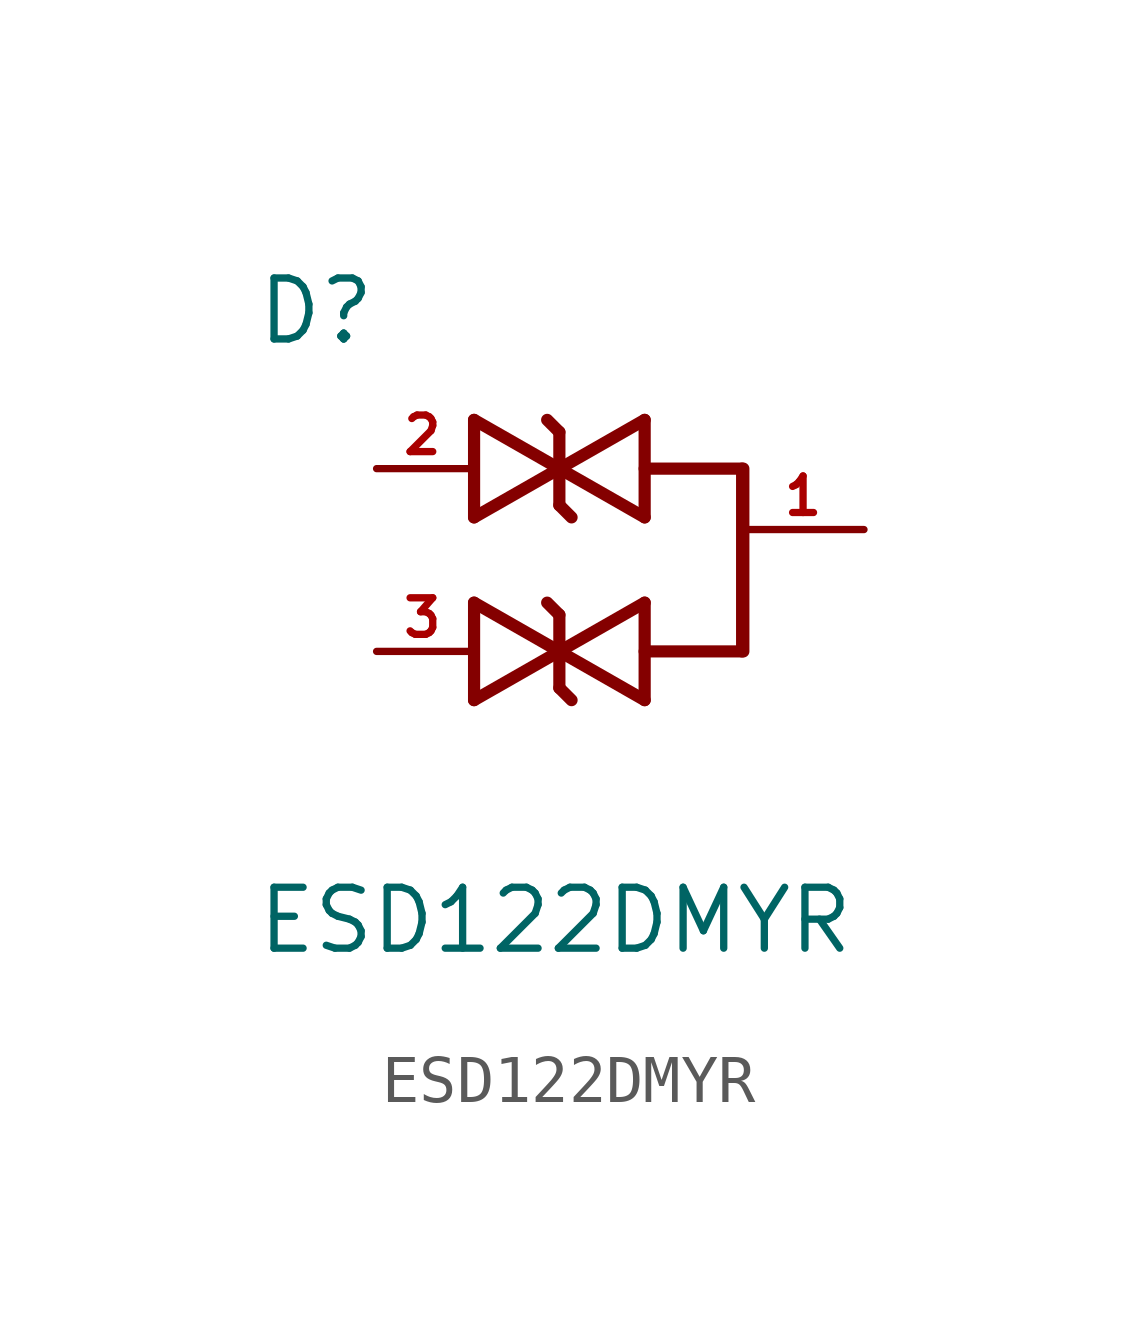
<source format=kicad_sym>
(kicad_symbol_lib
  (version 20241209)
  (generator "kicad_symbol_editor")
  (generator_version "9.0")
  (symbol "ESD122DMYR"
    (pin_names
      (offset 1.016))
    (property "Reference" "D"
      (at -7.62 5.08 0)
      (effects (font (size 1.27 1.27)) (justify left bottom)))
    (property "Value" "ESD122DMYR"
      (at -7.62 -7.62 0)
      (effects (font (size 1.27 1.27)) (justify left bottom)))
    (symbol "ESD122DMYR_0_0"
      (polyline (pts (xy -3.048 3.556) (xy -1.27 2.54)) (stroke (width 0.254) (type default)) (fill (type none)))
      (polyline (pts (xy -3.048 1.524) (xy -3.048 3.556)) (stroke (width 0.254) (type default)) (fill (type none)))
      (polyline (pts (xy -3.048 -0.254) (xy -1.27 -1.27)) (stroke (width 0.254) (type default)) (fill (type none)))
      (polyline (pts (xy -3.048 -2.286) (xy -3.048 -0.254)) (stroke (width 0.254) (type default)) (fill (type none)))
      (polyline (pts (xy -1.27 3.302) (xy -1.524 3.556)) (stroke (width 0.254) (type default)) (fill (type none)))
      (polyline (pts (xy -1.27 2.54) (xy -3.048 1.524)) (stroke (width 0.254) (type default)) (fill (type none)))
      (polyline (pts (xy -1.27 2.54) (xy -1.27 3.302)) (stroke (width 0.254) (type default)) (fill (type none)))
      (polyline (pts (xy -1.27 2.54) (xy 0.508 1.524)) (stroke (width 0.254) (type default)) (fill (type none)))
      (polyline (pts (xy -1.27 1.778) (xy -1.27 2.54)) (stroke (width 0.254) (type default)) (fill (type none)))
      (polyline (pts (xy -1.27 -0.508) (xy -1.524 -0.254)) (stroke (width 0.254) (type default)) (fill (type none)))
      (polyline (pts (xy -1.27 -1.27) (xy -3.048 -2.286)) (stroke (width 0.254) (type default)) (fill (type none)))
      (polyline (pts (xy -1.27 -1.27) (xy -1.27 -0.508)) (stroke (width 0.254) (type default)) (fill (type none)))
      (polyline (pts (xy -1.27 -1.27) (xy 0.508 -2.286)) (stroke (width 0.254) (type default)) (fill (type none)))
      (polyline (pts (xy -1.27 -2.032) (xy -1.27 -1.27)) (stroke (width 0.254) (type default)) (fill (type none)))
      (polyline (pts (xy -1.016 1.524) (xy -1.27 1.778)) (stroke (width 0.254) (type default)) (fill (type none)))
      (polyline (pts (xy -1.016 -2.286) (xy -1.27 -2.032)) (stroke (width 0.254) (type default)) (fill (type none)))
      (polyline (pts (xy 0.508 3.556) (xy -1.27 2.54)) (stroke (width 0.254) (type default)) (fill (type none)))
      (polyline (pts (xy 0.508 2.54) (xy 2.54 2.54)) (stroke (width 0.254) (type default)) (fill (type none)))
      (polyline (pts (xy 0.508 1.524) (xy 0.508 3.556)) (stroke (width 0.254) (type default)) (fill (type none)))
      (polyline (pts (xy 0.508 -0.254) (xy -1.27 -1.27)) (stroke (width 0.254) (type default)) (fill (type none)))
      (polyline (pts (xy 0.508 -1.27) (xy 2.54 -1.27)) (stroke (width 0.254) (type default)) (fill (type none)))
      (polyline (pts (xy 0.508 -2.286) (xy 0.508 -0.254)) (stroke (width 0.254) (type default)) (fill (type none)))
      (rectangle (start 2.54 2.54) (end 2.565 -1.27) (stroke (width 0.254) (type default)) (fill (type background))))
    (symbol "ESD122DMYR_1_0"
      (pin passive line (at -5.08 2.54 0) (length 1.905) (name "~" (effects (font (size 0.762 0.762)))) (number "2" (effects (font (size 0.762 0.762)))))
      (pin passive line (at -5.08 -1.27 0) (length 1.905) (name "~" (effects (font (size 0.762 0.762)))) (number "3" (effects (font (size 0.762 0.762)))))
      (pin power_in line (at 5.08 1.27 180) (length 2.54) (name "~" (effects (font (size 0.762 0.762)))) (number "1" (effects (font (size 0.762 0.762))))))))
</source>
